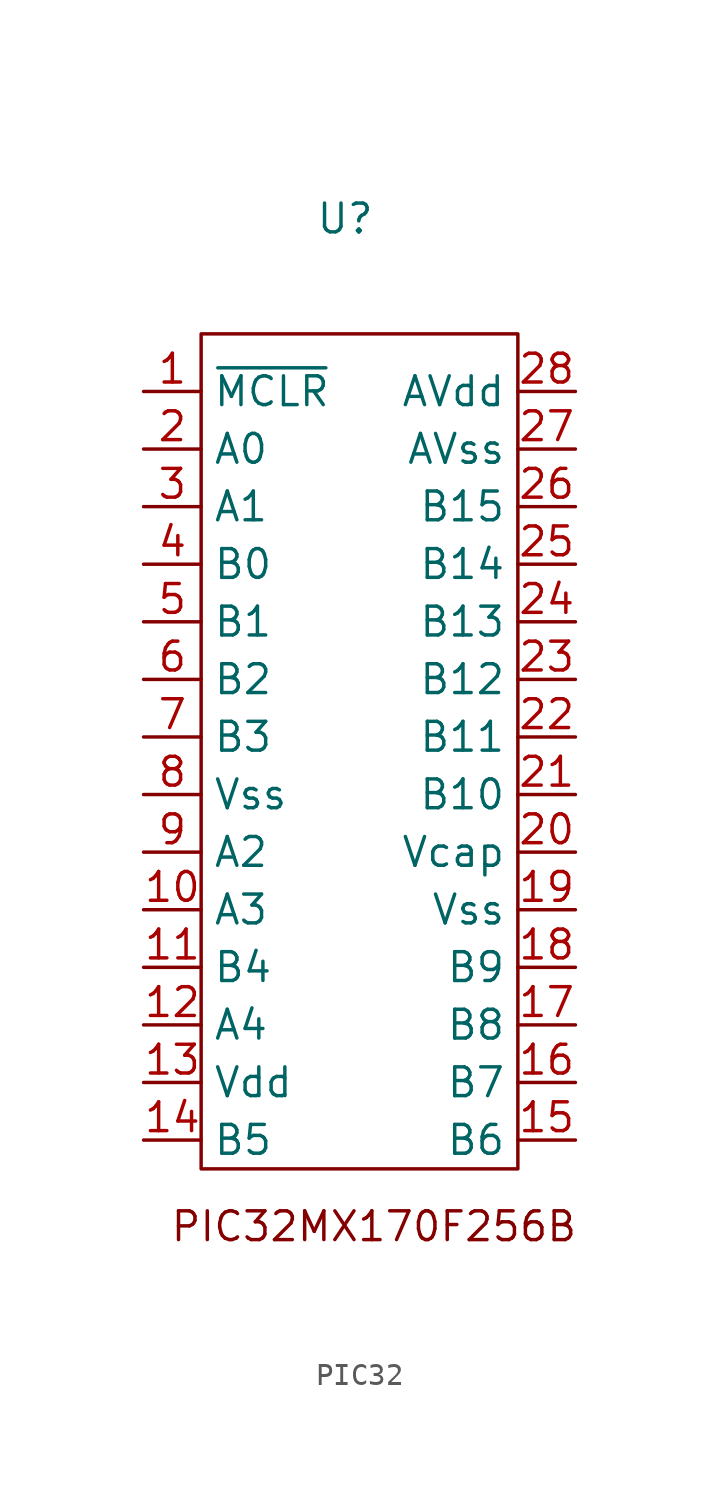
<source format=kicad_sym>
(kicad_symbol_lib
  (version 20220914)
  (generator kicad_symbol_editor)
  (symbol "PIC32"
    (property "Reference" "U"
      (at -1.27 22.86 0)
      (effects (font (size 1.27 1.27))))
    (property "Value" ""
      (at 0 2.54 0)
      (effects (font (size 1.27 1.27))))
    (symbol "PIC32_0_1"
      (rectangle (start -7.62 17.78) (end 6.35 -19.05) (stroke (width 0) (type default)) (fill (type none))))
    (symbol "PIC32_1_1"
      (text "PIC32MX170F256B" (at 0 -21.59 0) (effects (font (size 1.27 1.27))))
      (pin input line (at -10.16 15.24 0) (length 2.54) (name "~{MCLR}" (effects (font (size 1.27 1.27)))) (number "1" (effects (font (size 1.27 1.27)))))
      (pin input line (at -10.16 -7.62 0) (length 2.54) (name "A3" (effects (font (size 1.27 1.27)))) (number "10" (effects (font (size 1.27 1.27)))))
      (pin input line (at -10.16 -10.16 0) (length 2.54) (name "B4" (effects (font (size 1.27 1.27)))) (number "11" (effects (font (size 1.27 1.27)))))
      (pin input line (at -10.16 -12.7 0) (length 2.54) (name "A4" (effects (font (size 1.27 1.27)))) (number "12" (effects (font (size 1.27 1.27)))))
      (pin input line (at -10.16 -15.24 0) (length 2.54) (name "Vdd" (effects (font (size 1.27 1.27)))) (number "13" (effects (font (size 1.27 1.27)))))
      (pin input line (at -10.16 -17.78 0) (length 2.54) (name "B5" (effects (font (size 1.27 1.27)))) (number "14" (effects (font (size 1.27 1.27)))))
      (pin input line (at 8.89 -17.78 180) (length 2.54) (name "B6" (effects (font (size 1.27 1.27)))) (number "15" (effects (font (size 1.27 1.27)))))
      (pin input line (at 8.89 -15.24 180) (length 2.54) (name "B7" (effects (font (size 1.27 1.27)))) (number "16" (effects (font (size 1.27 1.27)))))
      (pin input line (at 8.89 -12.7 180) (length 2.54) (name "B8" (effects (font (size 1.27 1.27)))) (number "17" (effects (font (size 1.27 1.27)))))
      (pin input line (at 8.89 -10.16 180) (length 2.54) (name "B9" (effects (font (size 1.27 1.27)))) (number "18" (effects (font (size 1.27 1.27)))))
      (pin input line (at 8.89 -7.62 180) (length 2.54) (name "Vss" (effects (font (size 1.27 1.27)))) (number "19" (effects (font (size 1.27 1.27)))))
      (pin input line (at -10.16 12.7 0) (length 2.54) (name "A0" (effects (font (size 1.27 1.27)))) (number "2" (effects (font (size 1.27 1.27)))))
      (pin input line (at 8.89 -5.08 180) (length 2.54) (name "Vcap" (effects (font (size 1.27 1.27)))) (number "20" (effects (font (size 1.27 1.27)))))
      (pin input line (at 8.89 -2.54 180) (length 2.54) (name "B10" (effects (font (size 1.27 1.27)))) (number "21" (effects (font (size 1.27 1.27)))))
      (pin input line (at 8.89 0 180) (length 2.54) (name "B11" (effects (font (size 1.27 1.27)))) (number "22" (effects (font (size 1.27 1.27)))))
      (pin input line (at 8.89 2.54 180) (length 2.54) (name "B12" (effects (font (size 1.27 1.27)))) (number "23" (effects (font (size 1.27 1.27)))))
      (pin input line (at 8.89 5.08 180) (length 2.54) (name "B13" (effects (font (size 1.27 1.27)))) (number "24" (effects (font (size 1.27 1.27)))))
      (pin input line (at 8.89 7.62 180) (length 2.54) (name "B14" (effects (font (size 1.27 1.27)))) (number "25" (effects (font (size 1.27 1.27)))))
      (pin input line (at 8.89 10.16 180) (length 2.54) (name "B15" (effects (font (size 1.27 1.27)))) (number "26" (effects (font (size 1.27 1.27)))))
      (pin input line (at 8.89 12.7 180) (length 2.54) (name "AVss" (effects (font (size 1.27 1.27)))) (number "27" (effects (font (size 1.27 1.27)))))
      (pin input line (at 8.89 15.24 180) (length 2.54) (name "AVdd" (effects (font (size 1.27 1.27)))) (number "28" (effects (font (size 1.27 1.27)))))
      (pin input line (at -10.16 10.16 0) (length 2.54) (name "A1" (effects (font (size 1.27 1.27)))) (number "3" (effects (font (size 1.27 1.27)))))
      (pin input line (at -10.16 7.62 0) (length 2.54) (name "B0" (effects (font (size 1.27 1.27)))) (number "4" (effects (font (size 1.27 1.27)))))
      (pin input line (at -10.16 5.08 0) (length 2.54) (name "B1" (effects (font (size 1.27 1.27)))) (number "5" (effects (font (size 1.27 1.27)))))
      (pin input line (at -10.16 2.54 0) (length 2.54) (name "B2" (effects (font (size 1.27 1.27)))) (number "6" (effects (font (size 1.27 1.27)))))
      (pin input line (at -10.16 0 0) (length 2.54) (name "B3" (effects (font (size 1.27 1.27)))) (number "7" (effects (font (size 1.27 1.27)))))
      (pin input line (at -10.16 -2.54 0) (length 2.54) (name "Vss" (effects (font (size 1.27 1.27)))) (number "8" (effects (font (size 1.27 1.27)))))
      (pin input line (at -10.16 -5.08 0) (length 2.54) (name "A2" (effects (font (size 1.27 1.27)))) (number "9" (effects (font (size 1.27 1.27))))))))
</source>
